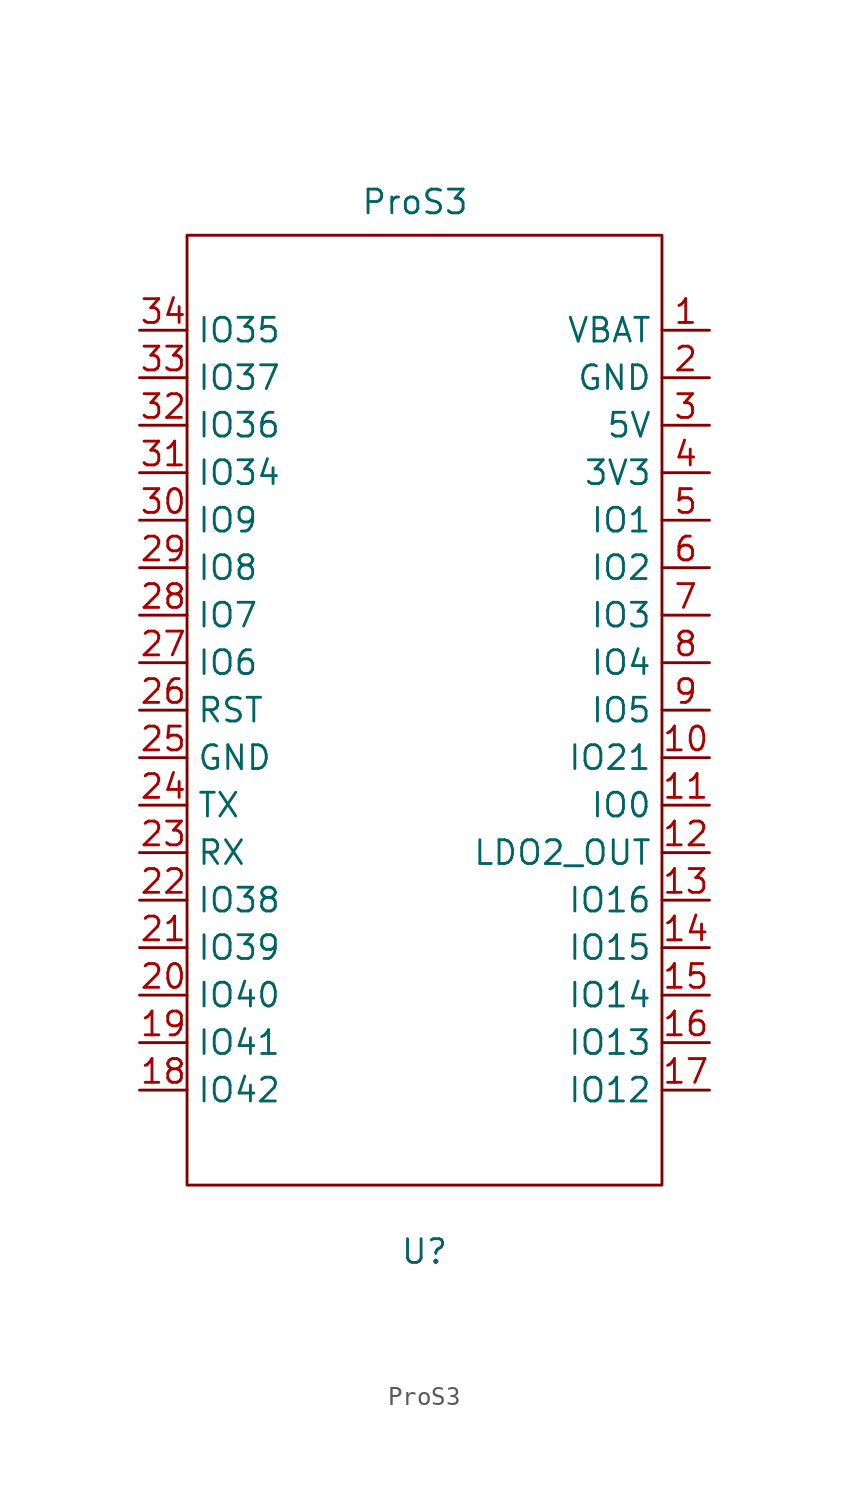
<source format=kicad_sym>
(kicad_symbol_lib
  (version 20220914)
  (generator kicad_symbol_editor)
  (symbol "ProS3"
    (property "Reference" "U"
      (at 0 -28.956 0)
      (effects (font (size 1.27 1.27))))
    (property "Value" "ProS3"
      (at -0.508 27.178 0)
      (effects (font (size 1.27 1.27))))
    (symbol "ProS3_0_1"
      (rectangle (start -12.7 25.4) (end 12.7 -25.4) (stroke (width 0.152) (type default)) (fill (type none))))
    (symbol "ProS3_1_1"
      (pin power_in line (at 15.24 20.32 180) (length 2.54) (name "VBAT" (effects (font (size 1.27 1.27)))) (number "1" (effects (font (size 1.27 1.27)))))
      (pin bidirectional line (at 15.24 -2.54 180) (length 2.54) (name "IO21" (effects (font (size 1.27 1.27)))) (number "10" (effects (font (size 1.27 1.27)))))
      (pin bidirectional line (at 15.24 -5.08 180) (length 2.54) (name "IO0" (effects (font (size 1.27 1.27)))) (number "11" (effects (font (size 1.27 1.27)))))
      (pin power_out line (at 15.24 -7.62 180) (length 2.54) (name "LDO2_OUT" (effects (font (size 1.27 1.27)))) (number "12" (effects (font (size 1.27 1.27)))))
      (pin bidirectional line (at 15.24 -10.16 180) (length 2.54) (name "IO16" (effects (font (size 1.27 1.27)))) (number "13" (effects (font (size 1.27 1.27)))))
      (pin bidirectional line (at 15.24 -12.7 180) (length 2.54) (name "IO15" (effects (font (size 1.27 1.27)))) (number "14" (effects (font (size 1.27 1.27)))))
      (pin bidirectional line (at 15.24 -15.24 180) (length 2.54) (name "IO14" (effects (font (size 1.27 1.27)))) (number "15" (effects (font (size 1.27 1.27)))))
      (pin bidirectional line (at 15.24 -17.78 180) (length 2.54) (name "IO13" (effects (font (size 1.27 1.27)))) (number "16" (effects (font (size 1.27 1.27)))))
      (pin bidirectional line (at 15.24 -20.32 180) (length 2.54) (name "IO12" (effects (font (size 1.27 1.27)))) (number "17" (effects (font (size 1.27 1.27)))))
      (pin bidirectional line (at -15.24 -20.32 0) (length 2.54) (name "IO42" (effects (font (size 1.27 1.27)))) (number "18" (effects (font (size 1.27 1.27)))))
      (pin bidirectional line (at -15.24 -17.78 0) (length 2.54) (name "IO41" (effects (font (size 1.27 1.27)))) (number "19" (effects (font (size 1.27 1.27)))))
      (pin power_in line (at 15.24 17.78 180) (length 2.54) (name "GND" (effects (font (size 1.27 1.27)))) (number "2" (effects (font (size 1.27 1.27)))))
      (pin bidirectional line (at -15.24 -15.24 0) (length 2.54) (name "IO40" (effects (font (size 1.27 1.27)))) (number "20" (effects (font (size 1.27 1.27)))))
      (pin bidirectional line (at -15.24 -12.7 0) (length 2.54) (name "IO39" (effects (font (size 1.27 1.27)))) (number "21" (effects (font (size 1.27 1.27)))))
      (pin bidirectional line (at -15.24 -10.16 0) (length 2.54) (name "IO38" (effects (font (size 1.27 1.27)))) (number "22" (effects (font (size 1.27 1.27)))))
      (pin bidirectional line (at -15.24 -7.62 0) (length 2.54) (name "RX" (effects (font (size 1.27 1.27)))) (number "23" (effects (font (size 1.27 1.27)))))
      (pin bidirectional line (at -15.24 -5.08 0) (length 2.54) (name "TX" (effects (font (size 1.27 1.27)))) (number "24" (effects (font (size 1.27 1.27)))))
      (pin power_in line (at -15.24 -2.54 0) (length 2.54) (name "GND" (effects (font (size 1.27 1.27)))) (number "25" (effects (font (size 1.27 1.27)))))
      (pin input line (at -15.24 0 0) (length 2.54) (name "RST" (effects (font (size 1.27 1.27)))) (number "26" (effects (font (size 1.27 1.27)))))
      (pin bidirectional line (at -15.24 2.54 0) (length 2.54) (name "IO6" (effects (font (size 1.27 1.27)))) (number "27" (effects (font (size 1.27 1.27)))))
      (pin bidirectional line (at -15.24 5.08 0) (length 2.54) (name "IO7" (effects (font (size 1.27 1.27)))) (number "28" (effects (font (size 1.27 1.27)))))
      (pin bidirectional line (at -15.24 7.62 0) (length 2.54) (name "IO8" (effects (font (size 1.27 1.27)))) (number "29" (effects (font (size 1.27 1.27)))))
      (pin power_in line (at 15.24 15.24 180) (length 2.54) (name "5V" (effects (font (size 1.27 1.27)))) (number "3" (effects (font (size 1.27 1.27)))))
      (pin bidirectional line (at -15.24 10.16 0) (length 2.54) (name "IO9" (effects (font (size 1.27 1.27)))) (number "30" (effects (font (size 1.27 1.27)))))
      (pin bidirectional line (at -15.24 12.7 0) (length 2.54) (name "IO34" (effects (font (size 1.27 1.27)))) (number "31" (effects (font (size 1.27 1.27)))))
      (pin bidirectional line (at -15.24 15.24 0) (length 2.54) (name "IO36" (effects (font (size 1.27 1.27)))) (number "32" (effects (font (size 1.27 1.27)))))
      (pin bidirectional line (at -15.24 17.78 0) (length 2.54) (name "IO37" (effects (font (size 1.27 1.27)))) (number "33" (effects (font (size 1.27 1.27)))))
      (pin bidirectional line (at -15.24 20.32 0) (length 2.54) (name "IO35" (effects (font (size 1.27 1.27)))) (number "34" (effects (font (size 1.27 1.27)))))
      (pin power_in line (at 15.24 12.7 180) (length 2.54) (name "3V3" (effects (font (size 1.27 1.27)))) (number "4" (effects (font (size 1.27 1.27)))))
      (pin bidirectional line (at 15.24 10.16 180) (length 2.54) (name "IO1" (effects (font (size 1.27 1.27)))) (number "5" (effects (font (size 1.27 1.27)))))
      (pin bidirectional line (at 15.24 7.62 180) (length 2.54) (name "IO2" (effects (font (size 1.27 1.27)))) (number "6" (effects (font (size 1.27 1.27)))))
      (pin bidirectional line (at 15.24 5.08 180) (length 2.54) (name "IO3" (effects (font (size 1.27 1.27)))) (number "7" (effects (font (size 1.27 1.27)))))
      (pin bidirectional line (at 15.24 2.54 180) (length 2.54) (name "IO4" (effects (font (size 1.27 1.27)))) (number "8" (effects (font (size 1.27 1.27)))))
      (pin bidirectional line (at 15.24 0 180) (length 2.54) (name "IO5" (effects (font (size 1.27 1.27)))) (number "9" (effects (font (size 1.27 1.27))))))))
</source>
